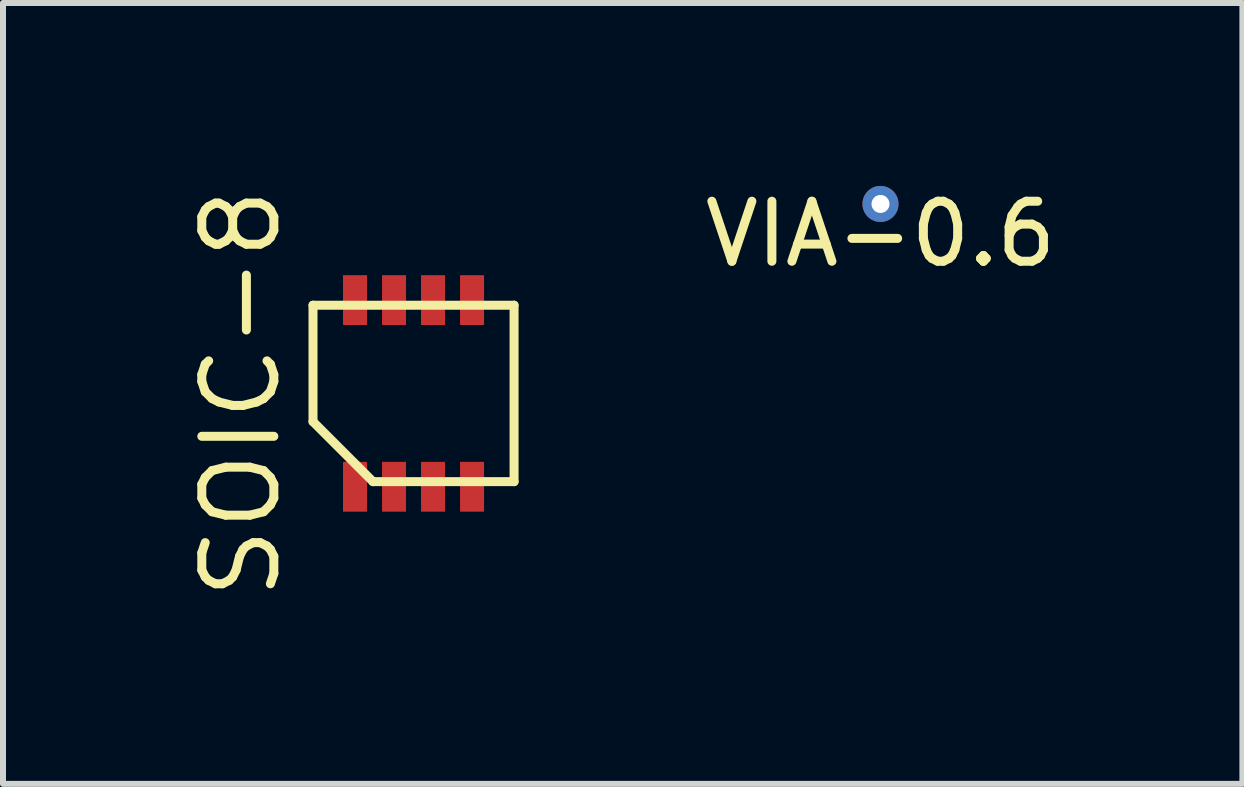
<source format=kicad_pcb>
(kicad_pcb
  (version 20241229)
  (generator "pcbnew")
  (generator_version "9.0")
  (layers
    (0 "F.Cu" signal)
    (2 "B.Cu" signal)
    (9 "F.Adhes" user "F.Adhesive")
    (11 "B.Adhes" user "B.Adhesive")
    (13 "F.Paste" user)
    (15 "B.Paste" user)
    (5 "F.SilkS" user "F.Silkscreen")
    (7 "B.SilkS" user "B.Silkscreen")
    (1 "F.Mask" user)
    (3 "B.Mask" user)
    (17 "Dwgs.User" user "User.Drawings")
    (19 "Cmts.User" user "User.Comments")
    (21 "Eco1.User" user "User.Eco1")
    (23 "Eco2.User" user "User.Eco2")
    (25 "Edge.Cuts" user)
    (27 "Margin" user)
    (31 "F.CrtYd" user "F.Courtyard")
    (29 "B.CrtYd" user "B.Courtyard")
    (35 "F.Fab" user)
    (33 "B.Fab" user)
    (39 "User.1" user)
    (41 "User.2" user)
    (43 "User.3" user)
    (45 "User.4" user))
  (footprint "SOIC-8"
    (layer "F.Cu")
    (at 3.84 3.505)
    (property "Reference" "SOIC-8" (at -2.875 0 90) (layer "F.SilkS") (effects (font (size 1.2 1.2) (thickness 0.15))))
    (attr through_hole)
    (fp_line (start -1.675 -1.47) (end 1.675 -1.47) (stroke (width 0.15) (type solid)) (layer "F.SilkS"))
    (fp_line (start -1.675 0.47) (end -1.675 -1.47) (stroke (width 0.15) (type solid)) (layer "F.SilkS"))
    (fp_line (start -0.675 1.47) (end -1.675 0.47) (stroke (width 0.15) (type solid)) (layer "F.SilkS"))
    (fp_line (start 1.675 1.47) (end -0.675 1.47) (stroke (width 0.15) (type solid)) (layer "F.SilkS"))
    (fp_line (start 1.675 1.47) (end 1.675 -1.47) (stroke (width 0.15) (type solid)) (layer "F.SilkS"))
    (pad "1" smd rect (at -0.975 1.555) (size 0.4 0.83) (layers "F.Cu" "F.Mask" "F.Paste"))
    (pad "2" smd rect (at -0.325 1.555) (size 0.4 0.83) (layers "F.Cu" "F.Mask" "F.Paste"))
    (pad "3" smd rect (at 0.325 1.555) (size 0.4 0.83) (layers "F.Cu" "F.Mask" "F.Paste"))
    (pad "4" smd rect (at 0.975 1.555) (size 0.4 0.83) (layers "F.Cu" "F.Mask" "F.Paste"))
    (pad "5" smd rect (at 0.975 -1.555) (size 0.4 0.83) (layers "F.Cu" "F.Mask" "F.Paste"))
    (pad "6" smd rect (at 0.325 -1.555) (size 0.4 0.83) (layers "F.Cu" "F.Mask" "F.Paste"))
    (pad "7" smd rect (at -0.325 -1.555) (size 0.4 0.83) (layers "F.Cu" "F.Mask" "F.Paste"))
    (pad "8" smd rect (at -0.975 -1.555) (size 0.4 0.83) (layers "F.Cu" "F.Mask" "F.Paste")))
  (footprint "VIA-0.6"
    (layer "F.Cu")
    (at 11.62 0.348)
    (property "Reference" "VIA-0.6" (at 0 0.5 0) (layer "F.SilkS") (effects (font (size 1 1) (thickness 0.15))))
    (attr through_hole)
    (pad "1" thru_hole circle (at 0 0) (size 0.6 0.6) (drill 0.3) (layers "*.Cu")))
  (gr_rect
    (start -3 -3)
    (end 17.65 10.01)
    (stroke (width 0.1) (type default))
    (fill no)
    (layer "Edge.Cuts")))
</source>
